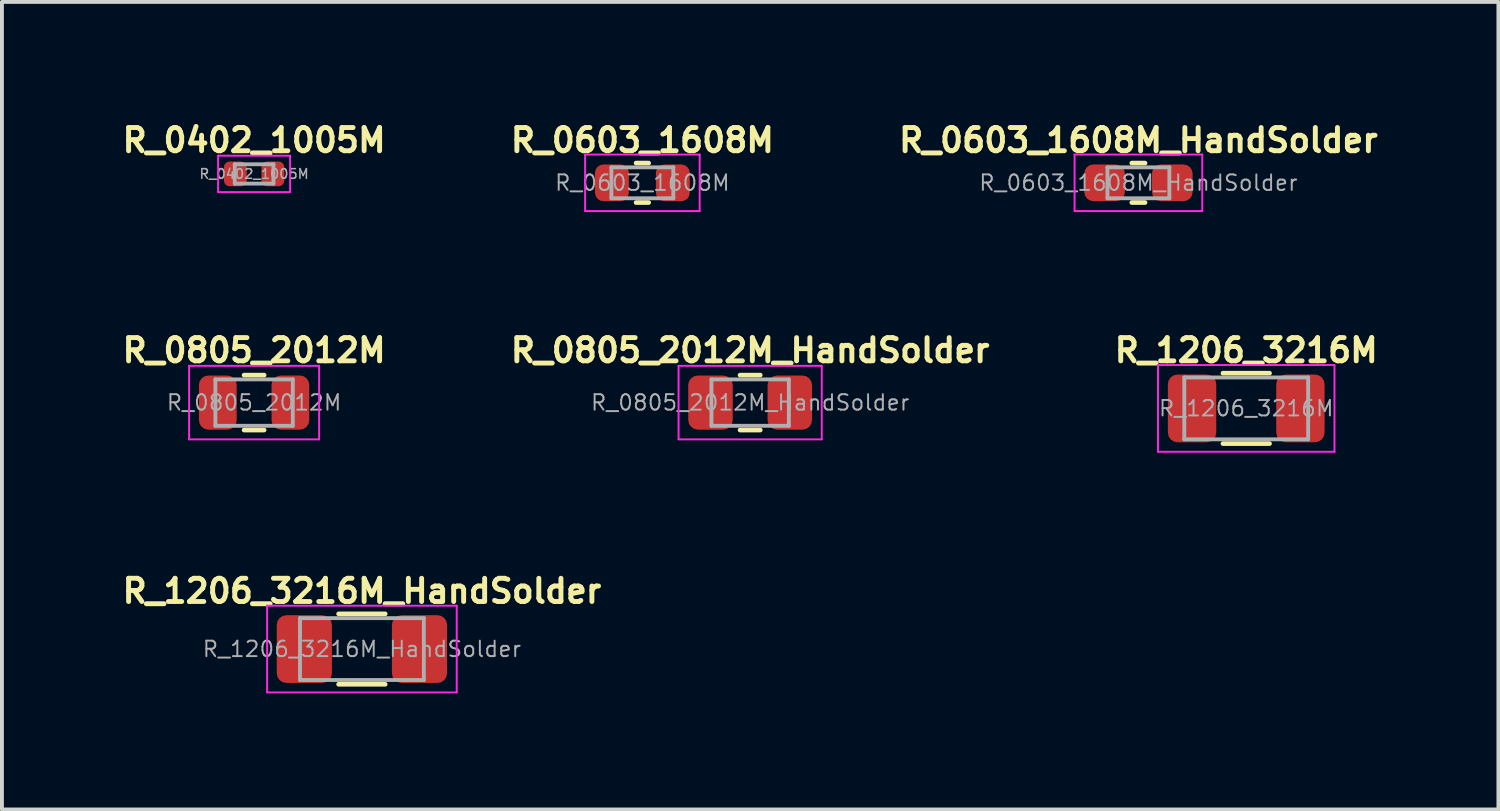
<source format=kicad_pcb>
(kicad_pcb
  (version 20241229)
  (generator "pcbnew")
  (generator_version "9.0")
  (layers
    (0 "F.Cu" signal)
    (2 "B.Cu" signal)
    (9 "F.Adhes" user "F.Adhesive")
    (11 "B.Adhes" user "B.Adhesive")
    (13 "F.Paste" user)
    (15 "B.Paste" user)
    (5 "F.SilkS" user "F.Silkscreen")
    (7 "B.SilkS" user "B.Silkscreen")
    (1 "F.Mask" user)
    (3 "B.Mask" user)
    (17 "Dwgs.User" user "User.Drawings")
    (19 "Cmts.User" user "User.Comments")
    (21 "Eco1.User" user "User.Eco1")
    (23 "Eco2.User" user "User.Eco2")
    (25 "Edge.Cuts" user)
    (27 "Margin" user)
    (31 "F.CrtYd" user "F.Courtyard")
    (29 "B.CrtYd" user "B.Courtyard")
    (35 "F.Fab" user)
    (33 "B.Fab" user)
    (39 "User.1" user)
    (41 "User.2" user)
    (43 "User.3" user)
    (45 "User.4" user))
  (footprint "R_1206_3216M"
    (layer "F.Cu")
    (at 29.153 7.503)
    (property "Reference" "R_1206_3216M" (at 0 -1.5 0) (layer "F.SilkS") (effects (font (size 0.6 0.6) (thickness 0.127))))
    (attr smd)
    (fp_line (start -0.602 -0.91) (end 0.602 -0.91) (stroke (width 0.12) (type solid)) (layer "F.SilkS"))
    (fp_line (start -0.602 0.91) (end 0.602 0.91) (stroke (width 0.12) (type solid)) (layer "F.SilkS"))
    (fp_line (start -2.28 -1.12) (end 2.28 -1.12) (stroke (width 0.05) (type solid)) (layer "F.CrtYd"))
    (fp_line (start -2.28 1.12) (end -2.28 -1.12) (stroke (width 0.05) (type solid)) (layer "F.CrtYd"))
    (fp_line (start 2.28 -1.12) (end 2.28 1.12) (stroke (width 0.05) (type solid)) (layer "F.CrtYd"))
    (fp_line (start 2.28 1.12) (end -2.28 1.12) (stroke (width 0.05) (type solid)) (layer "F.CrtYd"))
    (fp_line (start -1.6 -0.8) (end 1.6 -0.8) (stroke (width 0.1) (type solid)) (layer "F.Fab"))
    (fp_line (start -1.6 0.8) (end -1.6 -0.8) (stroke (width 0.1) (type solid)) (layer "F.Fab"))
    (fp_line (start 1.6 -0.8) (end 1.6 0.8) (stroke (width 0.1) (type solid)) (layer "F.Fab"))
    (fp_line (start 1.6 0.8) (end -1.6 0.8) (stroke (width 0.1) (type solid)) (layer "F.Fab"))
    (fp_text user "${REFERENCE}" (at 0 0 0) (layer "F.Fab") (effects (font (size 0.4 0.4) (thickness 0.05))))
    (pad "1" smd roundrect (at -1.4 0) (size 1.25 1.75) (layers "F.Cu" "F.Mask" "F.Paste") (roundrect_rratio 0.2))
    (pad "2" smd roundrect (at 1.4 0) (size 1.25 1.75) (layers "F.Cu" "F.Mask" "F.Paste") (roundrect_rratio 0.2)))
  (footprint "R_1206_3216M_HandSolder"
    (layer "F.Cu")
    (at 6.302 13.722)
    (property "Reference" "R_1206_3216M_HandSolder" (at 0 -1.5 0) (layer "F.SilkS") (effects (font (size 0.6 0.6) (thickness 0.127))))
    (attr smd)
    (fp_line (start -0.602 -0.91) (end 0.602 -0.91) (stroke (width 0.12) (type solid)) (layer "F.SilkS"))
    (fp_line (start -0.602 0.91) (end 0.602 0.91) (stroke (width 0.12) (type solid)) (layer "F.SilkS"))
    (fp_line (start -2.45 -1.12) (end 2.45 -1.12) (stroke (width 0.05) (type solid)) (layer "F.CrtYd"))
    (fp_line (start -2.45 1.12) (end -2.45 -1.12) (stroke (width 0.05) (type solid)) (layer "F.CrtYd"))
    (fp_line (start 2.45 -1.12) (end 2.45 1.12) (stroke (width 0.05) (type solid)) (layer "F.CrtYd"))
    (fp_line (start 2.45 1.12) (end -2.45 1.12) (stroke (width 0.05) (type solid)) (layer "F.CrtYd"))
    (fp_line (start -1.6 -0.8) (end 1.6 -0.8) (stroke (width 0.1) (type solid)) (layer "F.Fab"))
    (fp_line (start -1.6 0.8) (end -1.6 -0.8) (stroke (width 0.1) (type solid)) (layer "F.Fab"))
    (fp_line (start 1.6 -0.8) (end 1.6 0.8) (stroke (width 0.1) (type solid)) (layer "F.Fab"))
    (fp_line (start 1.6 0.8) (end -1.6 0.8) (stroke (width 0.1) (type solid)) (layer "F.Fab"))
    (fp_text user "${REFERENCE}" (at 0 0 0) (layer "F.Fab") (effects (font (size 0.4 0.4) (thickness 0.05))))
    (pad "1" smd roundrect (at -1.488 0) (size 1.425 1.75) (layers "F.Cu" "F.Mask" "F.Paste") (roundrect_rratio 0.175))
    (pad "2" smd roundrect (at 1.488 0) (size 1.425 1.75) (layers "F.Cu" "F.Mask" "F.Paste") (roundrect_rratio 0.175)))
  (footprint "R_0603_1608M_HandSolder"
    (layer "F.Cu")
    (at 26.367 1.674)
    (property "Reference" "R_0603_1608M_HandSolder" (at 0 -1.1 0) (layer "F.SilkS") (effects (font (size 0.6 0.6) (thickness 0.127))))
    (attr smd)
    (fp_line (start -0.171 -0.51) (end 0.171 -0.51) (stroke (width 0.12) (type solid)) (layer "F.SilkS"))
    (fp_line (start -0.171 0.51) (end 0.171 0.51) (stroke (width 0.12) (type solid)) (layer "F.SilkS"))
    (fp_line (start -1.65 -0.73) (end 1.65 -0.73) (stroke (width 0.05) (type solid)) (layer "F.CrtYd"))
    (fp_line (start -1.65 0.73) (end -1.65 -0.73) (stroke (width 0.05) (type solid)) (layer "F.CrtYd"))
    (fp_line (start 1.65 -0.73) (end 1.65 0.73) (stroke (width 0.05) (type solid)) (layer "F.CrtYd"))
    (fp_line (start 1.65 0.73) (end -1.65 0.73) (stroke (width 0.05) (type solid)) (layer "F.CrtYd"))
    (fp_line (start -0.8 -0.4) (end 0.8 -0.4) (stroke (width 0.1) (type solid)) (layer "F.Fab"))
    (fp_line (start -0.8 0.4) (end -0.8 -0.4) (stroke (width 0.1) (type solid)) (layer "F.Fab"))
    (fp_line (start 0.8 -0.4) (end 0.8 0.4) (stroke (width 0.1) (type solid)) (layer "F.Fab"))
    (fp_line (start 0.8 0.4) (end -0.8 0.4) (stroke (width 0.1) (type solid)) (layer "F.Fab"))
    (fp_text user "${REFERENCE}" (at 0 0 0) (layer "F.Fab") (effects (font (size 0.4 0.4) (thickness 0.05))))
    (pad "1" smd roundrect (at -0.875 0) (size 1.05 0.95) (layers "F.Cu" "F.Mask" "F.Paste") (roundrect_rratio 0.25))
    (pad "2" smd roundrect (at 0.875 0) (size 1.05 0.95) (layers "F.Cu" "F.Mask" "F.Paste") (roundrect_rratio 0.25)))
  (footprint "R_0805_2012M"
    (layer "F.Cu")
    (at 3.516 7.353)
    (property "Reference" "R_0805_2012M" (at 0 -1.35 0) (layer "F.SilkS") (effects (font (size 0.6 0.6) (thickness 0.127))))
    (attr smd)
    (fp_line (start -0.259 -0.71) (end 0.259 -0.71) (stroke (width 0.12) (type solid)) (layer "F.SilkS"))
    (fp_line (start -0.259 0.71) (end 0.259 0.71) (stroke (width 0.12) (type solid)) (layer "F.SilkS"))
    (fp_line (start -1.68 -0.95) (end 1.68 -0.95) (stroke (width 0.05) (type solid)) (layer "F.CrtYd"))
    (fp_line (start -1.68 0.95) (end -1.68 -0.95) (stroke (width 0.05) (type solid)) (layer "F.CrtYd"))
    (fp_line (start 1.68 -0.95) (end 1.68 0.95) (stroke (width 0.05) (type solid)) (layer "F.CrtYd"))
    (fp_line (start 1.68 0.95) (end -1.68 0.95) (stroke (width 0.05) (type solid)) (layer "F.CrtYd"))
    (fp_line (start -1 -0.6) (end 1 -0.6) (stroke (width 0.1) (type solid)) (layer "F.Fab"))
    (fp_line (start -1 0.6) (end -1 -0.6) (stroke (width 0.1) (type solid)) (layer "F.Fab"))
    (fp_line (start 1 -0.6) (end 1 0.6) (stroke (width 0.1) (type solid)) (layer "F.Fab"))
    (fp_line (start 1 0.6) (end -1 0.6) (stroke (width 0.1) (type solid)) (layer "F.Fab"))
    (fp_text user "${REFERENCE}" (at 0 0 0) (layer "F.Fab") (effects (font (size 0.4 0.4) (thickness 0.05))))
    (pad "1" smd roundrect (at -0.938 0) (size 0.975 1.4) (layers "F.Cu" "F.Mask" "F.Paste") (roundrect_rratio 0.25))
    (pad "2" smd roundrect (at 0.938 0) (size 0.975 1.4) (layers "F.Cu" "F.Mask" "F.Paste") (roundrect_rratio 0.25)))
  (footprint "R_0603_1608M"
    (layer "F.Cu")
    (at 13.549 1.674)
    (property "Reference" "R_0603_1608M" (at 0 -1.1 0) (layer "F.SilkS") (effects (font (size 0.6 0.6) (thickness 0.127))))
    (attr smd)
    (fp_line (start -0.163 -0.51) (end 0.163 -0.51) (stroke (width 0.12) (type solid)) (layer "F.SilkS"))
    (fp_line (start -0.163 0.51) (end 0.163 0.51) (stroke (width 0.12) (type solid)) (layer "F.SilkS"))
    (fp_line (start -1.48 -0.73) (end 1.48 -0.73) (stroke (width 0.05) (type solid)) (layer "F.CrtYd"))
    (fp_line (start -1.48 0.73) (end -1.48 -0.73) (stroke (width 0.05) (type solid)) (layer "F.CrtYd"))
    (fp_line (start 1.48 -0.73) (end 1.48 0.73) (stroke (width 0.05) (type solid)) (layer "F.CrtYd"))
    (fp_line (start 1.48 0.73) (end -1.48 0.73) (stroke (width 0.05) (type solid)) (layer "F.CrtYd"))
    (fp_line (start -0.8 -0.4) (end 0.8 -0.4) (stroke (width 0.1) (type solid)) (layer "F.Fab"))
    (fp_line (start -0.8 0.4) (end -0.8 -0.4) (stroke (width 0.1) (type solid)) (layer "F.Fab"))
    (fp_line (start 0.8 -0.4) (end 0.8 0.4) (stroke (width 0.1) (type solid)) (layer "F.Fab"))
    (fp_line (start 0.8 0.4) (end -0.8 0.4) (stroke (width 0.1) (type solid)) (layer "F.Fab"))
    (fp_text user "${REFERENCE}" (at 0 0 0) (layer "F.Fab") (effects (font (size 0.4 0.4) (thickness 0.05))))
    (pad "1" smd roundrect (at -0.787 0) (size 0.875 0.95) (layers "F.Cu" "F.Mask" "F.Paste") (roundrect_rratio 0.25))
    (pad "2" smd roundrect (at 0.787 0) (size 0.875 0.95) (layers "F.Cu" "F.Mask" "F.Paste") (roundrect_rratio 0.25)))
  (footprint "R_0402_1005M"
    (layer "F.Cu")
    (at 3.516 1.444)
    (property "Reference" "R_0402_1005M" (at 0 -0.87 0) (layer "F.SilkS") (effects (font (size 0.6 0.6) (thickness 0.127))))
    (attr smd)
    (fp_line (start -0.93 -0.47) (end 0.93 -0.47) (stroke (width 0.05) (type solid)) (layer "F.CrtYd"))
    (fp_line (start -0.93 0.47) (end -0.93 -0.47) (stroke (width 0.05) (type solid)) (layer "F.CrtYd"))
    (fp_line (start 0.93 -0.47) (end 0.93 0.47) (stroke (width 0.05) (type solid)) (layer "F.CrtYd"))
    (fp_line (start 0.93 0.47) (end -0.93 0.47) (stroke (width 0.05) (type solid)) (layer "F.CrtYd"))
    (fp_line (start -0.5 -0.25) (end 0.5 -0.25) (stroke (width 0.1) (type solid)) (layer "F.Fab"))
    (fp_line (start -0.5 0.25) (end -0.5 -0.25) (stroke (width 0.1) (type solid)) (layer "F.Fab"))
    (fp_line (start 0.5 -0.25) (end 0.5 0.25) (stroke (width 0.1) (type solid)) (layer "F.Fab"))
    (fp_line (start 0.5 0.25) (end -0.5 0.25) (stroke (width 0.1) (type solid)) (layer "F.Fab"))
    (fp_text user "${REFERENCE}" (at 0 0 0) (layer "F.Fab") (effects (font (size 0.25 0.25) (thickness 0.04))))
    (pad "1" smd roundrect (at -0.485 0) (size 0.59 0.64) (layers "F.Cu" "F.Mask" "F.Paste") (roundrect_rratio 0.25))
    (pad "2" smd roundrect (at 0.485 0) (size 0.59 0.64) (layers "F.Cu" "F.Mask" "F.Paste") (roundrect_rratio 0.25)))
  (footprint "R_0805_2012M_HandSolder"
    (layer "F.Cu")
    (at 16.334 7.353)
    (property "Reference" "R_0805_2012M_HandSolder" (at 0 -1.35 0) (layer "F.SilkS") (effects (font (size 0.6 0.6) (thickness 0.127))))
    (attr smd)
    (fp_line (start -0.261 -0.71) (end 0.261 -0.71) (stroke (width 0.12) (type solid)) (layer "F.SilkS"))
    (fp_line (start -0.261 0.71) (end 0.261 0.71) (stroke (width 0.12) (type solid)) (layer "F.SilkS"))
    (fp_line (start -1.85 -0.95) (end 1.85 -0.95) (stroke (width 0.05) (type solid)) (layer "F.CrtYd"))
    (fp_line (start -1.85 0.95) (end -1.85 -0.95) (stroke (width 0.05) (type solid)) (layer "F.CrtYd"))
    (fp_line (start 1.85 -0.95) (end 1.85 0.95) (stroke (width 0.05) (type solid)) (layer "F.CrtYd"))
    (fp_line (start 1.85 0.95) (end -1.85 0.95) (stroke (width 0.05) (type solid)) (layer "F.CrtYd"))
    (fp_line (start -1 -0.6) (end 1 -0.6) (stroke (width 0.1) (type solid)) (layer "F.Fab"))
    (fp_line (start -1 0.6) (end -1 -0.6) (stroke (width 0.1) (type solid)) (layer "F.Fab"))
    (fp_line (start 1 -0.6) (end 1 0.6) (stroke (width 0.1) (type solid)) (layer "F.Fab"))
    (fp_line (start 1 0.6) (end -1 0.6) (stroke (width 0.1) (type solid)) (layer "F.Fab"))
    (fp_text user "${REFERENCE}" (at 0 0 0) (layer "F.Fab") (effects (font (size 0.4 0.4) (thickness 0.05))))
    (pad "1" smd roundrect (at -1.025 0) (size 1.15 1.4) (layers "F.Cu" "F.Mask" "F.Paste") (roundrect_rratio 0.217))
    (pad "2" smd roundrect (at 1.025 0) (size 1.15 1.4) (layers "F.Cu" "F.Mask" "F.Paste") (roundrect_rratio 0.217)))
  (gr_rect
    (start -3 -3)
    (end 35.669 17.867)
    (stroke (width 0.1) (type default))
    (fill no)
    (layer "Edge.Cuts")))
</source>
